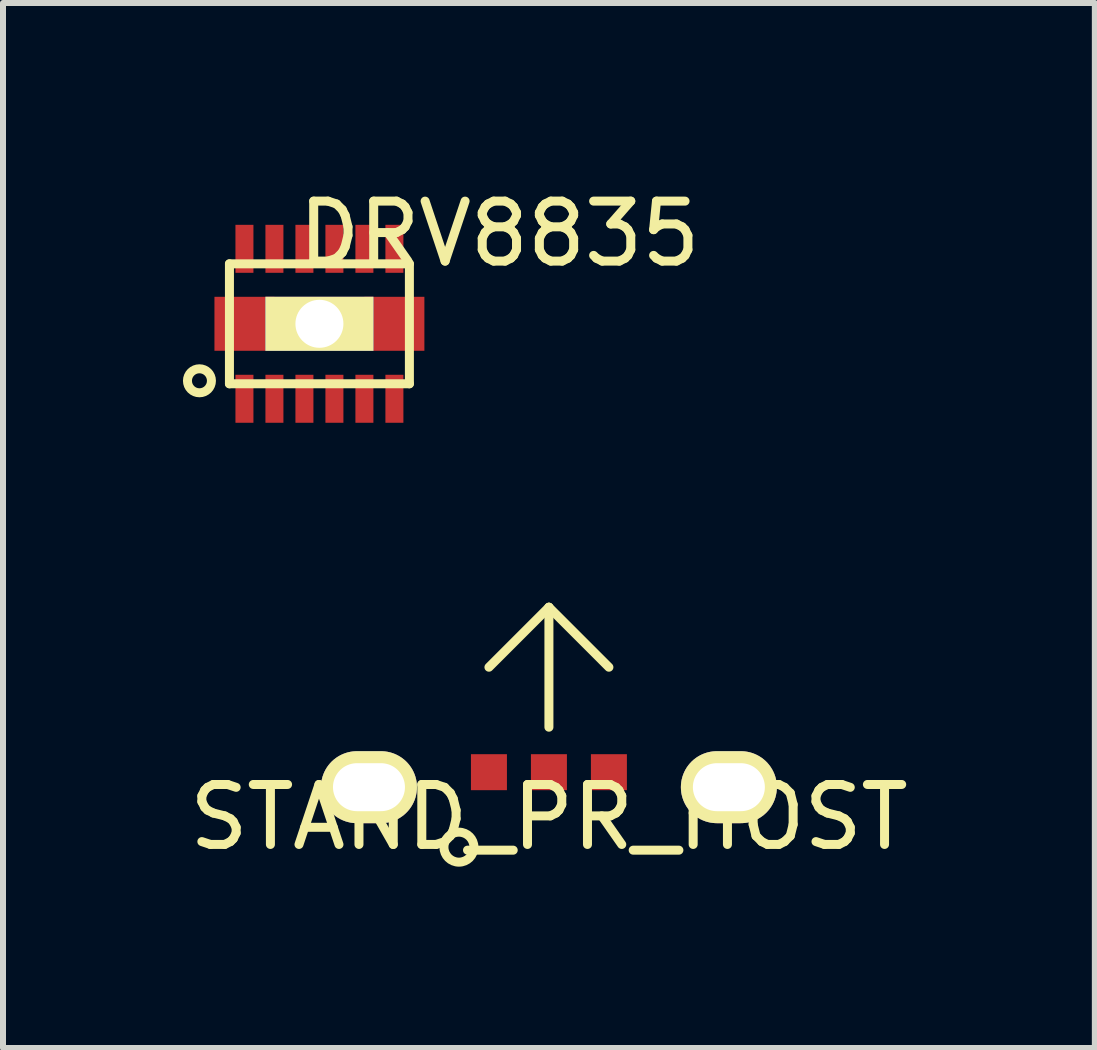
<source format=kicad_pcb>
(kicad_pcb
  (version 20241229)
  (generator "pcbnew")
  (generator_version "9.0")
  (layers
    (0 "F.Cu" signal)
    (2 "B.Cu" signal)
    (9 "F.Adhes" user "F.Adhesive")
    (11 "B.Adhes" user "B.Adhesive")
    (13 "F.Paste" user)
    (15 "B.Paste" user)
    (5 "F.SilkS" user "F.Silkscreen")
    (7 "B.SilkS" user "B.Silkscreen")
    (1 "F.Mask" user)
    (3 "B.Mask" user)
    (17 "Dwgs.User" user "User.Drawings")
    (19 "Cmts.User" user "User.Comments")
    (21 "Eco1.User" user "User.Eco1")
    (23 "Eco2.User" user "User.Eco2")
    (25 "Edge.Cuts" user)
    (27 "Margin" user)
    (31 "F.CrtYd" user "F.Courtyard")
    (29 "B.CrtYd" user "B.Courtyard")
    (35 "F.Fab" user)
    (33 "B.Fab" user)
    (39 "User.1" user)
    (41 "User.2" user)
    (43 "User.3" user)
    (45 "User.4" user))
  (footprint "DRV8835"
    (placed yes)
    (layer "F.Cu")
    (at 2.275 2.348)
    (property "Reference" "DRV8835" (at 3 -1.5 180) (layer "F.SilkS") (effects (font (size 1 1) (thickness 0.15))))
    (attr through_hole)
    (fp_line (start -1.5 -1) (end -1.5 1) (stroke (width 0.15) (type solid)) (layer "F.SilkS"))
    (fp_line (start -1.5 1) (end 1.5 1) (stroke (width 0.15) (type solid)) (layer "F.SilkS"))
    (fp_line (start 1.5 -1) (end -1.5 -1) (stroke (width 0.15) (type solid)) (layer "F.SilkS"))
    (fp_line (start 1.5 1) (end 1.5 -1) (stroke (width 0.15) (type solid)) (layer "F.SilkS"))
    (fp_circle (center -2 0.95) (end -2 0.75) (stroke (width 0.15) (type solid)) (fill no) (layer "F.SilkS"))
    (pad "1" smd rect (at -1.25 1.25) (size 0.3 0.8) (layers "F.Cu" "F.Mask" "F.Paste"))
    (pad "2" smd rect (at -0.75 1.25) (size 0.3 0.8) (layers "F.Cu" "F.Mask" "F.Paste"))
    (pad "3" smd rect (at -0.25 1.25) (size 0.3 0.8) (layers "F.Cu" "F.Mask" "F.Paste"))
    (pad "4" smd rect (at 0.25 1.25) (size 0.3 0.8) (layers "F.Cu" "F.Mask" "F.Paste"))
    (pad "5" smd rect (at 0.75 1.25) (size 0.3 0.8) (layers "F.Cu" "F.Mask" "F.Paste"))
    (pad "6" smd rect (at 1.25 1.25) (size 0.3 0.8) (layers "F.Cu" "F.Mask" "F.Paste"))
    (pad "7" smd rect (at 1.25 -1.25) (size 0.3 0.8) (layers "F.Cu" "F.Mask" "F.Paste"))
    (pad "8" smd rect (at 0.75 -1.25) (size 0.3 0.8) (layers "F.Cu" "F.Mask" "F.Paste"))
    (pad "9" smd rect (at 0.25 -1.25) (size 0.3 0.8) (layers "F.Cu" "F.Mask" "F.Paste"))
    (pad "10" smd rect (at -0.25 -1.25) (size 0.3 0.8) (layers "F.Cu" "F.Mask" "F.Paste"))
    (pad "11" smd rect (at -0.75 -1.25) (size 0.3 0.8) (layers "F.Cu" "F.Mask" "F.Paste"))
    (pad "12" smd rect (at -1.25 -1.25) (size 0.3 0.8) (layers "F.Cu" "F.Mask" "F.Paste"))
    (pad "13" smd rect (at -1.25 0) (size 1 0.9) (layers "F.Cu" "F.Mask" "F.Paste"))
    (pad "13" thru_hole rect (at 0 0) (size 1.8 0.9) (drill 0.8) (layers "*.Cu" "*.Mask" "F.SilkS"))
    (pad "13" smd rect (at 1.25 0) (size 1 0.9) (layers "F.Cu" "F.Mask" "F.Paste")))
  (footprint "STAND_PR_HOST"
    (layer "F.Cu")
    (at 6.101 10.073)
    (property "Reference" "STAND_PR_HOST" (at 0 0.5 0) (layer "F.SilkS") (effects (font (size 1 1) (thickness 0.15))))
    (attr through_hole)
    (fp_line (start 0 -3) (end -1 -2) (stroke (width 0.15) (type solid)) (layer "F.SilkS"))
    (fp_line (start 0 -3) (end 1 -2) (stroke (width 0.15) (type solid)) (layer "F.SilkS"))
    (fp_line (start 0 -1) (end 0 -3) (stroke (width 0.15) (type solid)) (layer "F.SilkS"))
    (fp_circle (center -1.5 1) (end -1.75 1) (stroke (width 0.15) (type solid)) (fill no) (layer "F.SilkS"))
    (pad "1" smd rect (at -1 -0.25) (size 0.6 0.6) (layers "F.Cu" "F.Mask" "F.Paste"))
    (pad "2" smd rect (at 0 -0.25) (size 0.6 0.6) (layers "F.Cu" "F.Mask" "F.Paste"))
    (pad "3" smd rect (at 1 -0.25) (size 0.6 0.6) (layers "F.Cu" "F.Mask" "F.Paste"))
    (pad "4" thru_hole oval (at -3 0) (size 1.6 1.2) (drill oval 1.2 0.8) (layers "*.Cu" "*.Mask" "F.SilkS"))
    (pad "4" thru_hole oval (at 3 0) (size 1.6 1.2) (drill oval 1.2 0.8) (layers "*.Cu" "*.Mask" "F.SilkS")))
  (gr_rect
    (start -3 -3)
    (end 15.202 14.421)
    (stroke (width 0.1) (type default))
    (fill no)
    (layer "Edge.Cuts")))
</source>
